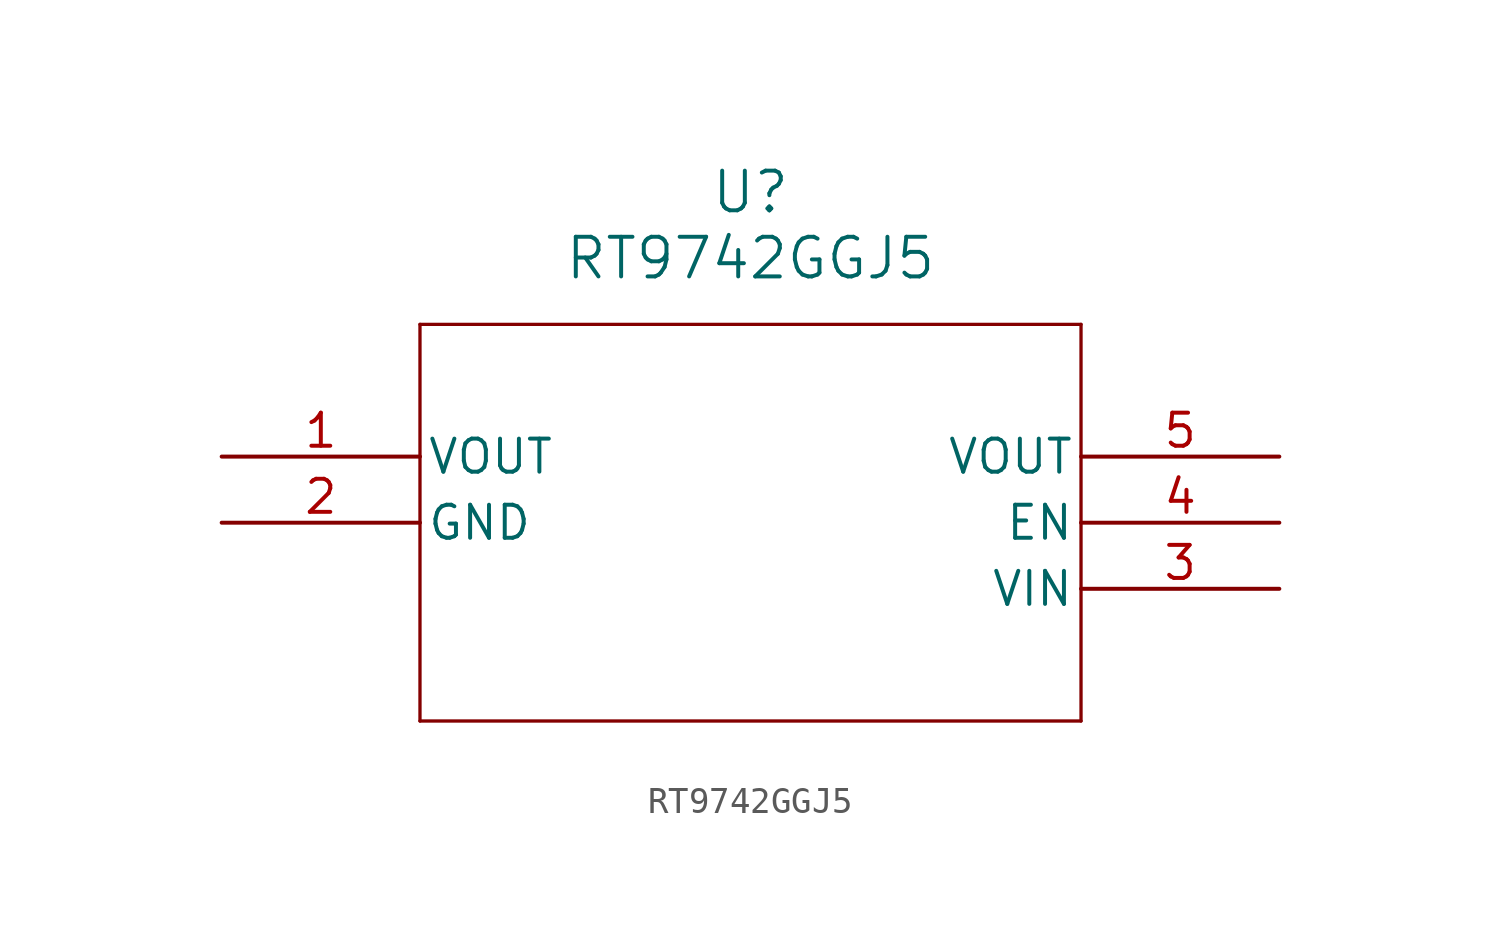
<source format=kicad_sym>
(kicad_symbol_lib
  (version 20211014)
  (generator kicad_symbol_editor)
  (symbol "RT9742GGJ5"
    (pin_names
      (offset 0.254))
    (property "Reference" "U"
      (at 20.32 10.16 0)
      (effects (font (size 1.524 1.524))))
    (property "Value" "RT9742GGJ5"
      (at 20.32 7.62 0)
      (effects (font (size 1.524 1.524))))
    (symbol "RT9742GGJ5_0_1"
      (polyline (pts (xy 7.62 5.08) (xy 7.62 -10.16)) (stroke (width 0.127) (type default) (color 0 0 0 0)) (fill (type none)))
      (polyline (pts (xy 7.62 -10.16) (xy 33.02 -10.16)) (stroke (width 0.127) (type default) (color 0 0 0 0)) (fill (type none)))
      (polyline (pts (xy 33.02 -10.16) (xy 33.02 5.08)) (stroke (width 0.127) (type default) (color 0 0 0 0)) (fill (type none)))
      (polyline (pts (xy 33.02 5.08) (xy 7.62 5.08)) (stroke (width 0.127) (type default) (color 0 0 0 0)) (fill (type none)))
      (pin unspecified line (at 0 0 0) (length 7.62) (name "VOUT" (effects (font (size 1.27 1.27)))) (number "1" (effects (font (size 1.27 1.27)))))
      (pin unspecified line (at 0 -2.54 0) (length 7.62) (name "GND" (effects (font (size 1.27 1.27)))) (number "2" (effects (font (size 1.27 1.27)))))
      (pin unspecified line (at 40.64 -5.08 180) (length 7.62) (name "VIN" (effects (font (size 1.27 1.27)))) (number "3" (effects (font (size 1.27 1.27)))))
      (pin unspecified line (at 40.64 -2.54 180) (length 7.62) (name "EN" (effects (font (size 1.27 1.27)))) (number "4" (effects (font (size 1.27 1.27)))))
      (pin unspecified line (at 40.64 0 180) (length 7.62) (name "VOUT" (effects (font (size 1.27 1.27)))) (number "5" (effects (font (size 1.27 1.27))))))))
</source>
